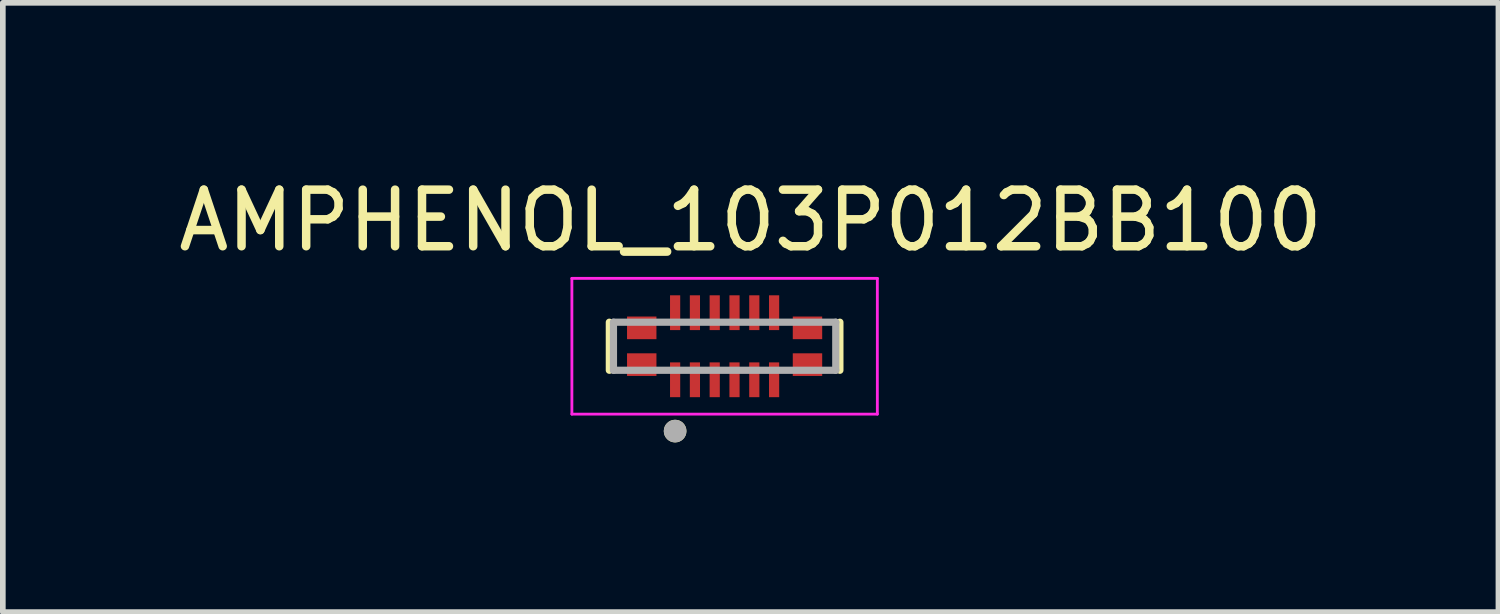
<source format=kicad_pcb>
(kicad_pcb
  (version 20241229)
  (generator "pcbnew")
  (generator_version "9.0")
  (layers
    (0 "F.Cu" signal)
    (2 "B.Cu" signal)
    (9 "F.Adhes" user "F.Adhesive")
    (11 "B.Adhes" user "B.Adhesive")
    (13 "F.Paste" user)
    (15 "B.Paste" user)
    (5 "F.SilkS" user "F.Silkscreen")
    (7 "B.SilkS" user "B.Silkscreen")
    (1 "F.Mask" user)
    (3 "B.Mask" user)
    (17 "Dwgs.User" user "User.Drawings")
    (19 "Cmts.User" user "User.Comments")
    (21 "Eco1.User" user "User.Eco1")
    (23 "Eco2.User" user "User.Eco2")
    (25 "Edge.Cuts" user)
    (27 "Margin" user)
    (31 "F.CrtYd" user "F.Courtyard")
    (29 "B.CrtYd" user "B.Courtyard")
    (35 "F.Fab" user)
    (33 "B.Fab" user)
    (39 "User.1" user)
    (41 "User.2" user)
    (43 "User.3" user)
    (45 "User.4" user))
  (footprint "AMPHENOL_103P012BB100"
    (layer "F.Cu")
    (at 9.76 3.071)
    (property "Reference" "AMPHENOL_103P012BB100" (at 0.46 -2.223 0) (layer "F.SilkS") (effects (font (size 1 1) (thickness 0.15))))
    (attr smd)
    (fp_poly (pts (xy -1.775 -0.575) (xy -1.155 -0.575) (xy -1.155 -0.075) (xy -1.775 -0.075)) (stroke (width 0.01) (type solid)) (fill yes) (layer "F.Mask"))
    (fp_poly (pts (xy -1.775 0.075) (xy -1.155 0.075) (xy -1.155 0.575) (xy -1.775 0.575)) (stroke (width 0.01) (type solid)) (fill yes) (layer "F.Mask"))
    (fp_poly (pts (xy -1.015 -0.95) (xy -0.735 -0.95) (xy -0.735 -0.235) (xy -1.015 -0.235)) (stroke (width 0.01) (type solid)) (fill yes) (layer "F.Mask"))
    (fp_poly (pts (xy -1.015 0.235) (xy -0.735 0.235) (xy -0.735 0.95) (xy -1.015 0.95)) (stroke (width 0.01) (type solid)) (fill yes) (layer "F.Mask"))
    (fp_poly (pts (xy -0.665 -0.95) (xy -0.385 -0.95) (xy -0.385 -0.235) (xy -0.665 -0.235)) (stroke (width 0.01) (type solid)) (fill yes) (layer "F.Mask"))
    (fp_poly (pts (xy -0.665 0.235) (xy -0.385 0.235) (xy -0.385 0.95) (xy -0.665 0.95)) (stroke (width 0.01) (type solid)) (fill yes) (layer "F.Mask"))
    (fp_poly (pts (xy -0.315 -0.95) (xy -0.035 -0.95) (xy -0.035 -0.235) (xy -0.315 -0.235)) (stroke (width 0.01) (type solid)) (fill yes) (layer "F.Mask"))
    (fp_poly (pts (xy -0.315 0.235) (xy -0.035 0.235) (xy -0.035 0.95) (xy -0.315 0.95)) (stroke (width 0.01) (type solid)) (fill yes) (layer "F.Mask"))
    (fp_poly (pts (xy 0.035 -0.95) (xy 0.315 -0.95) (xy 0.315 -0.235) (xy 0.035 -0.235)) (stroke (width 0.01) (type solid)) (fill yes) (layer "F.Mask"))
    (fp_poly (pts (xy 0.035 0.235) (xy 0.315 0.235) (xy 0.315 0.95) (xy 0.035 0.95)) (stroke (width 0.01) (type solid)) (fill yes) (layer "F.Mask"))
    (fp_poly (pts (xy 0.385 -0.95) (xy 0.665 -0.95) (xy 0.665 -0.235) (xy 0.385 -0.235)) (stroke (width 0.01) (type solid)) (fill yes) (layer "F.Mask"))
    (fp_poly (pts (xy 0.385 0.235) (xy 0.665 0.235) (xy 0.665 0.95) (xy 0.385 0.95)) (stroke (width 0.01) (type solid)) (fill yes) (layer "F.Mask"))
    (fp_poly (pts (xy 0.735 -0.95) (xy 1.015 -0.95) (xy 1.015 -0.235) (xy 0.735 -0.235)) (stroke (width 0.01) (type solid)) (fill yes) (layer "F.Mask"))
    (fp_poly (pts (xy 0.735 0.235) (xy 1.015 0.235) (xy 1.015 0.95) (xy 0.735 0.95)) (stroke (width 0.01) (type solid)) (fill yes) (layer "F.Mask"))
    (fp_poly (pts (xy 1.155 -0.575) (xy 1.775 -0.575) (xy 1.775 -0.075) (xy 1.155 -0.075)) (stroke (width 0.01) (type solid)) (fill yes) (layer "F.Mask"))
    (fp_poly (pts (xy 1.155 0.075) (xy 1.775 0.075) (xy 1.775 0.575) (xy 1.155 0.575)) (stroke (width 0.01) (type solid)) (fill yes) (layer "F.Mask"))
    (fp_line (start -2.038 0.425) (end -2.038 -0.425) (stroke (width 0.127) (type solid)) (layer "F.SilkS"))
    (fp_line (start 2.038 -0.425) (end 2.038 0.425) (stroke (width 0.127) (type solid)) (layer "F.SilkS"))
    (fp_circle (center -0.875 1.5) (end -0.775 1.5) (stroke (width 0.2) (type solid)) (fill no) (layer "F.SilkS"))
    (fp_poly (pts (xy -1.725 -0.485) (xy -1.205 -0.485) (xy -1.205 -0.165) (xy -1.725 -0.165)) (stroke (width 0.01) (type solid)) (fill yes) (layer "F.Paste"))
    (fp_poly (pts (xy -1.725 0.165) (xy -1.205 0.165) (xy -1.205 0.485) (xy -1.725 0.485)) (stroke (width 0.01) (type solid)) (fill yes) (layer "F.Paste"))
    (fp_poly (pts (xy 1.205 -0.485) (xy 1.725 -0.485) (xy 1.725 -0.165) (xy 1.205 -0.165)) (stroke (width 0.01) (type solid)) (fill yes) (layer "F.Paste"))
    (fp_poly (pts (xy 1.205 0.165) (xy 1.725 0.165) (xy 1.725 0.485) (xy 1.205 0.485)) (stroke (width 0.01) (type solid)) (fill yes) (layer "F.Paste"))
    (fp_line (start -2.7 -1.2) (end -2.7 1.2) (stroke (width 0.05) (type solid)) (layer "F.CrtYd"))
    (fp_line (start -2.7 1.2) (end 2.7 1.2) (stroke (width 0.05) (type solid)) (layer "F.CrtYd"))
    (fp_line (start 2.7 -1.2) (end -2.7 -1.2) (stroke (width 0.05) (type solid)) (layer "F.CrtYd"))
    (fp_line (start 2.7 1.2) (end 2.7 -1.2) (stroke (width 0.05) (type solid)) (layer "F.CrtYd"))
    (fp_line (start -1.965 -0.425) (end 1.965 -0.425) (stroke (width 0.127) (type solid)) (layer "F.Fab"))
    (fp_line (start -1.965 0.425) (end -1.965 -0.425) (stroke (width 0.127) (type solid)) (layer "F.Fab"))
    (fp_line (start 1.965 -0.425) (end 1.965 0.425) (stroke (width 0.127) (type solid)) (layer "F.Fab"))
    (fp_line (start 1.965 0.425) (end -1.965 0.425) (stroke (width 0.127) (type solid)) (layer "F.Fab"))
    (fp_circle (center -0.875 1.5) (end -0.775 1.5) (stroke (width 0.2) (type solid)) (fill no) (layer "F.Fab"))
    (pad "1" smd rect (at -0.875 0.593) (size 0.18 0.615) (layers "F.Cu" "F.Paste"))
    (pad "2" smd rect (at -0.875 -0.593) (size 0.18 0.615) (layers "F.Cu" "F.Paste"))
    (pad "3" smd rect (at -0.525 0.593) (size 0.18 0.615) (layers "F.Cu" "F.Paste"))
    (pad "4" smd rect (at -0.525 -0.593) (size 0.18 0.615) (layers "F.Cu" "F.Paste"))
    (pad "5" smd rect (at -0.175 0.593) (size 0.18 0.615) (layers "F.Cu" "F.Paste"))
    (pad "6" smd rect (at -0.175 -0.593) (size 0.18 0.615) (layers "F.Cu" "F.Paste"))
    (pad "7" smd rect (at 0.175 0.593) (size 0.18 0.615) (layers "F.Cu" "F.Paste"))
    (pad "8" smd rect (at 0.175 -0.593) (size 0.18 0.615) (layers "F.Cu" "F.Paste"))
    (pad "9" smd rect (at 0.525 0.593) (size 0.18 0.615) (layers "F.Cu" "F.Paste"))
    (pad "10" smd rect (at 0.525 -0.593) (size 0.18 0.615) (layers "F.Cu" "F.Paste"))
    (pad "11" smd rect (at 0.875 0.593) (size 0.18 0.615) (layers "F.Cu" "F.Paste"))
    (pad "12" smd rect (at 0.875 -0.593) (size 0.18 0.615) (layers "F.Cu" "F.Paste"))
    (pad "P1_1" smd rect (at -1.465 -0.325) (size 0.52 0.4) (layers "F.Cu"))
    (pad "P1_2" smd rect (at -1.465 0.325) (size 0.52 0.4) (layers "F.Cu"))
    (pad "P2_1" smd rect (at 1.465 -0.325) (size 0.52 0.4) (layers "F.Cu"))
    (pad "P2_2" smd rect (at 1.465 0.325) (size 0.52 0.4) (layers "F.Cu"))
    (zone (net_name "") (layer "F.Cu") (hatch full 0.508) (connect_pads) (min_thickness 0.01) (filled_areas_thickness no) (keepout (tracks not_allowed) (vias not_allowed) (pads not_allowed) (copperpour not_allowed) (footprints allowed)) (placement (enabled no)) (fill) (polygon (pts (xy 8.795 4.021) (xy 7.31 4.021) (xy 7.31 2.121) (xy 8.795 2.121) (xy 8.795 2.546) (xy 7.65 2.546) (xy 7.65 3.596) (xy 8.795 3.596))))
    (zone (net_name "") (layer "F.Cu") (hatch full 0.508) (connect_pads) (min_thickness 0.01) (filled_areas_thickness no) (keepout (tracks not_allowed) (vias not_allowed) (pads not_allowed) (copperpour not_allowed) (footprints allowed)) (placement (enabled no)) (fill) (polygon (pts (xy 10.725 2.121) (xy 12.21 2.121) (xy 12.21 4.021) (xy 10.725 4.021) (xy 10.725 3.596) (xy 11.87 3.596) (xy 11.87 2.546) (xy 10.725 2.546))))
    (zone (net_name "") (layers "F.Cu" "B.Cu") (hatch full 0.508) (connect_pads) (min_thickness 0.01) (filled_areas_thickness no) (keepout (tracks allowed) (vias not_allowed) (pads allowed) (copperpour allowed) (footprints allowed)) (placement (enabled no)) (fill) (polygon (pts (xy 8.795 4.021) (xy 7.31 4.021) (xy 7.31 2.121) (xy 8.795 2.121) (xy 8.795 2.546) (xy 7.65 2.546) (xy 7.65 3.596) (xy 8.795 3.596))))
    (zone (net_name "") (layers "F.Cu" "B.Cu") (hatch full 0.508) (connect_pads) (min_thickness 0.01) (filled_areas_thickness no) (keepout (tracks allowed) (vias not_allowed) (pads allowed) (copperpour allowed) (footprints allowed)) (placement (enabled no)) (fill) (polygon (pts (xy 10.725 2.121) (xy 12.21 2.121) (xy 12.21 4.021) (xy 10.725 4.021) (xy 10.725 3.596) (xy 11.87 3.596) (xy 11.87 2.546) (xy 10.725 2.546)))))
  (gr_rect
    (start -3 -3)
    (end 23.44 7.771)
    (stroke (width 0.1) (type default))
    (fill no)
    (layer "Edge.Cuts")))
</source>
